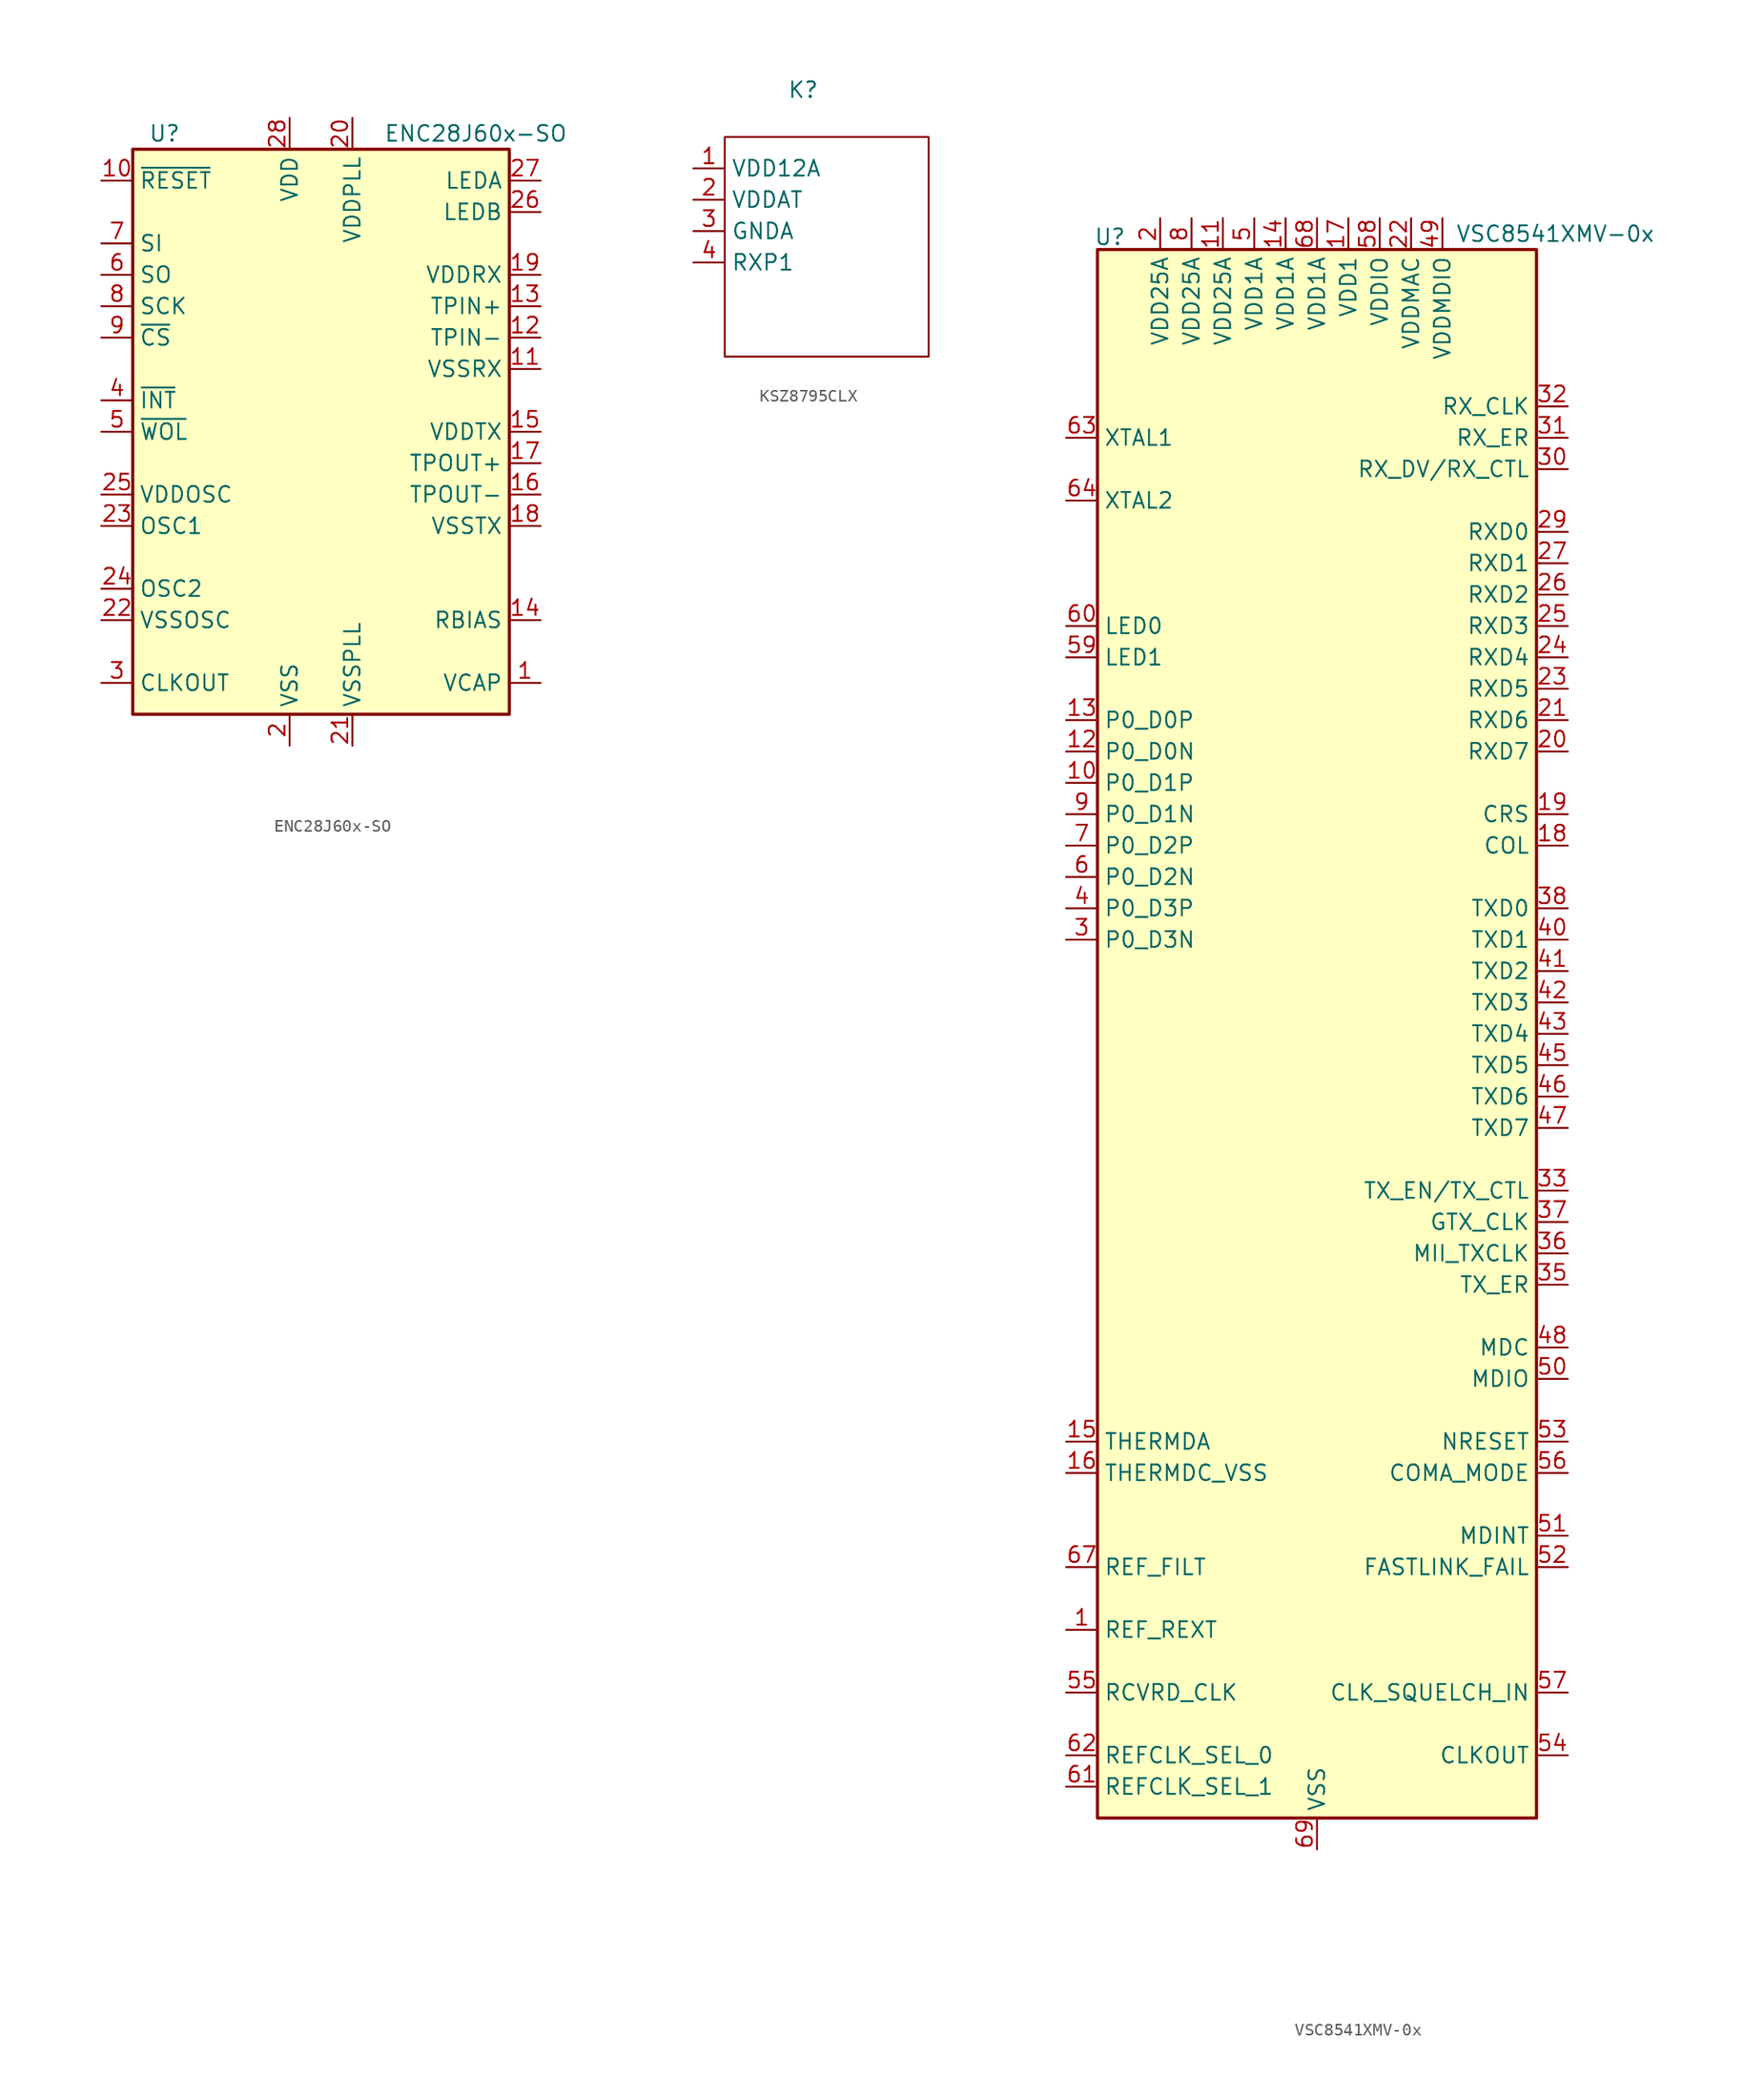
<source format=kicad_sym>
(kicad_symbol_lib
  (version 20220914)
  (generator kicad_symbol_editor)
  (symbol "ENC28J60x-SO"
    (property "Reference" "U"
      (at -13.97 24.13 0)
      (effects (font (size 1.27 1.27)) (justify left)))
    (property "Value" "ENC28J60x-SO"
      (at 5.08 24.13 0)
      (effects (font (size 1.27 1.27)) (justify left)))
    (symbol "ENC28J60x-SO_0_1"
      (rectangle (start -15.24 22.86) (end 15.24 -22.86) (stroke (width 0.254) (type default)) (fill (type background))))
    (symbol "ENC28J60x-SO_1_1"
      (pin input line (at 17.78 -20.32 180) (length 2.54) (name "VCAP" (effects (font (size 1.27 1.27)))) (number "1" (effects (font (size 1.27 1.27)))))
      (pin input line (at -17.78 20.32 0) (length 2.54) (name "~{RESET}" (effects (font (size 1.27 1.27)))) (number "10" (effects (font (size 1.27 1.27)))))
      (pin power_in line (at 17.78 5.08 180) (length 2.54) (name "VSSRX" (effects (font (size 1.27 1.27)))) (number "11" (effects (font (size 1.27 1.27)))))
      (pin input line (at 17.78 7.62 180) (length 2.54) (name "TPIN-" (effects (font (size 1.27 1.27)))) (number "12" (effects (font (size 1.27 1.27)))))
      (pin input line (at 17.78 10.16 180) (length 2.54) (name "TPIN+" (effects (font (size 1.27 1.27)))) (number "13" (effects (font (size 1.27 1.27)))))
      (pin input line (at 17.78 -15.24 180) (length 2.54) (name "RBIAS" (effects (font (size 1.27 1.27)))) (number "14" (effects (font (size 1.27 1.27)))))
      (pin power_in line (at 17.78 0 180) (length 2.54) (name "VDDTX" (effects (font (size 1.27 1.27)))) (number "15" (effects (font (size 1.27 1.27)))))
      (pin output line (at 17.78 -5.08 180) (length 2.54) (name "TPOUT-" (effects (font (size 1.27 1.27)))) (number "16" (effects (font (size 1.27 1.27)))))
      (pin output line (at 17.78 -2.54 180) (length 2.54) (name "TPOUT+" (effects (font (size 1.27 1.27)))) (number "17" (effects (font (size 1.27 1.27)))))
      (pin power_in line (at 17.78 -7.62 180) (length 2.54) (name "VSSTX" (effects (font (size 1.27 1.27)))) (number "18" (effects (font (size 1.27 1.27)))))
      (pin power_in line (at 17.78 12.7 180) (length 2.54) (name "VDDRX" (effects (font (size 1.27 1.27)))) (number "19" (effects (font (size 1.27 1.27)))))
      (pin power_in line (at -2.54 -25.4 90) (length 2.54) (name "VSS" (effects (font (size 1.27 1.27)))) (number "2" (effects (font (size 1.27 1.27)))))
      (pin power_in line (at 2.54 25.4 270) (length 2.54) (name "VDDPLL" (effects (font (size 1.27 1.27)))) (number "20" (effects (font (size 1.27 1.27)))))
      (pin power_in line (at 2.54 -25.4 90) (length 2.54) (name "VSSPLL" (effects (font (size 1.27 1.27)))) (number "21" (effects (font (size 1.27 1.27)))))
      (pin power_in line (at -17.78 -15.24 0) (length 2.54) (name "VSSOSC" (effects (font (size 1.27 1.27)))) (number "22" (effects (font (size 1.27 1.27)))))
      (pin input line (at -17.78 -7.62 0) (length 2.54) (name "OSC1" (effects (font (size 1.27 1.27)))) (number "23" (effects (font (size 1.27 1.27)))))
      (pin input line (at -17.78 -12.7 0) (length 2.54) (name "OSC2" (effects (font (size 1.27 1.27)))) (number "24" (effects (font (size 1.27 1.27)))))
      (pin power_in line (at -17.78 -5.08 0) (length 2.54) (name "VDDOSC" (effects (font (size 1.27 1.27)))) (number "25" (effects (font (size 1.27 1.27)))))
      (pin output line (at 17.78 17.78 180) (length 2.54) (name "LEDB" (effects (font (size 1.27 1.27)))) (number "26" (effects (font (size 1.27 1.27)))))
      (pin output line (at 17.78 20.32 180) (length 2.54) (name "LEDA" (effects (font (size 1.27 1.27)))) (number "27" (effects (font (size 1.27 1.27)))))
      (pin power_in line (at -2.54 25.4 270) (length 2.54) (name "VDD" (effects (font (size 1.27 1.27)))) (number "28" (effects (font (size 1.27 1.27)))))
      (pin output line (at -17.78 -20.32 0) (length 2.54) (name "CLKOUT" (effects (font (size 1.27 1.27)))) (number "3" (effects (font (size 1.27 1.27)))))
      (pin output line (at -17.78 2.54 0) (length 2.54) (name "~{INT}" (effects (font (size 1.27 1.27)))) (number "4" (effects (font (size 1.27 1.27)))))
      (pin output line (at -17.78 0 0) (length 2.54) (name "~{WOL}" (effects (font (size 1.27 1.27)))) (number "5" (effects (font (size 1.27 1.27)))))
      (pin output line (at -17.78 12.7 0) (length 2.54) (name "SO" (effects (font (size 1.27 1.27)))) (number "6" (effects (font (size 1.27 1.27)))))
      (pin input line (at -17.78 15.24 0) (length 2.54) (name "SI" (effects (font (size 1.27 1.27)))) (number "7" (effects (font (size 1.27 1.27)))))
      (pin input line (at -17.78 10.16 0) (length 2.54) (name "SCK" (effects (font (size 1.27 1.27)))) (number "8" (effects (font (size 1.27 1.27)))))
      (pin input line (at -17.78 7.62 0) (length 2.54) (name "~{CS}" (effects (font (size 1.27 1.27)))) (number "9" (effects (font (size 1.27 1.27)))))))
  (symbol "KSZ8795CLX"
    (property "Reference" "K"
      (at 0 0 0)
      (effects (font (size 1.27 1.27))))
    (property "Value" ""
      (at 0 0 0)
      (effects (font (size 1.27 1.27))))
    (symbol "KSZ8795CLX_0_1"
      (rectangle (start -6.35 -3.81) (end 10.16 -21.59) (stroke (width 0) (type default)) (fill (type none))))
    (symbol "KSZ8795CLX_1_1"
      (pin power_in line (at -8.89 -6.35 0) (length 2.54) (name "VDD12A" (effects (font (size 1.27 1.27)))) (number "1" (effects (font (size 1.27 1.27)))))
      (pin power_in line (at -8.89 -8.89 0) (length 2.54) (name "VDDAT" (effects (font (size 1.27 1.27)))) (number "2" (effects (font (size 1.27 1.27)))))
      (pin passive line (at -8.89 -11.43 0) (length 2.54) (name "GNDA" (effects (font (size 1.27 1.27)))) (number "3" (effects (font (size 1.27 1.27)))))
      (pin input line (at -8.89 -13.97 0) (length 2.54) (name "RXP1" (effects (font (size 1.27 1.27)))) (number "4" (effects (font (size 1.27 1.27)))))))
  (symbol "VSC8541XMV-0x"
    (property "Reference" "U"
      (at -16.764 64.516 0)
      (effects (font (size 1.27 1.27))))
    (property "Value" "VSC8541XMV-0x"
      (at 19.304 64.77 0)
      (effects (font (size 1.27 1.27))))
    (symbol "VSC8541XMV-0x_0_1"
      (rectangle (start 17.78 -63.5) (end -17.78 63.5) (stroke (width 0.254) (type default)) (fill (type background)))
      (pin passive line (at -20.32 -48.26 0) (length 2.54) (name "REF_REXT" (effects (font (size 1.27 1.27)))) (number "1" (effects (font (size 1.27 1.27)))))
      (pin passive line (at -20.32 20.32 0) (length 2.54) (name "P0_D1P" (effects (font (size 1.27 1.27)))) (number "10" (effects (font (size 1.27 1.27)))))
      (pin power_in line (at -7.62 66.04 270) (length 2.54) (name "VDD25A" (effects (font (size 1.27 1.27)))) (number "11" (effects (font (size 1.27 1.27)))))
      (pin passive line (at -20.32 22.86 0) (length 2.54) (name "P0_D0N" (effects (font (size 1.27 1.27)))) (number "12" (effects (font (size 1.27 1.27)))))
      (pin passive line (at -20.32 25.4 0) (length 2.54) (name "P0_D0P" (effects (font (size 1.27 1.27)))) (number "13" (effects (font (size 1.27 1.27)))))
      (pin power_in line (at -2.54 66.04 270) (length 2.54) (name "VDD1A" (effects (font (size 1.27 1.27)))) (number "14" (effects (font (size 1.27 1.27)))))
      (pin passive line (at -20.32 -33.02 0) (length 2.54) (name "THERMDA" (effects (font (size 1.27 1.27)))) (number "15" (effects (font (size 1.27 1.27)))))
      (pin passive line (at -20.32 -35.56 0) (length 2.54) (name "THERMDC_VSS" (effects (font (size 1.27 1.27)))) (number "16" (effects (font (size 1.27 1.27)))))
      (pin power_in line (at 2.54 66.04 270) (length 2.54) (name "VDD1" (effects (font (size 1.27 1.27)))) (number "17" (effects (font (size 1.27 1.27)))))
      (pin bidirectional line (at 20.32 15.24 180) (length 2.54) (name "COL" (effects (font (size 1.27 1.27)))) (number "18" (effects (font (size 1.27 1.27)))))
      (pin bidirectional line (at 20.32 17.78 180) (length 2.54) (name "CRS" (effects (font (size 1.27 1.27)))) (number "19" (effects (font (size 1.27 1.27)))))
      (pin power_in line (at -12.7 66.04 270) (length 2.54) (name "VDD25A" (effects (font (size 1.27 1.27)))) (number "2" (effects (font (size 1.27 1.27)))))
      (pin bidirectional line (at 20.32 22.86 180) (length 2.54) (name "RXD7" (effects (font (size 1.27 1.27)))) (number "20" (effects (font (size 1.27 1.27)))))
      (pin bidirectional line (at 20.32 25.4 180) (length 2.54) (name "RXD6" (effects (font (size 1.27 1.27)))) (number "21" (effects (font (size 1.27 1.27)))))
      (pin power_in line (at 7.62 66.04 270) (length 2.54) (name "VDDMAC" (effects (font (size 1.27 1.27)))) (number "22" (effects (font (size 1.27 1.27)))))
      (pin bidirectional line (at 20.32 27.94 180) (length 2.54) (name "RXD5" (effects (font (size 1.27 1.27)))) (number "23" (effects (font (size 1.27 1.27)))))
      (pin bidirectional line (at 20.32 30.48 180) (length 2.54) (name "RXD4" (effects (font (size 1.27 1.27)))) (number "24" (effects (font (size 1.27 1.27)))))
      (pin bidirectional line (at 20.32 33.02 180) (length 2.54) (name "RXD3" (effects (font (size 1.27 1.27)))) (number "25" (effects (font (size 1.27 1.27)))))
      (pin bidirectional line (at 20.32 35.56 180) (length 2.54) (name "RXD2" (effects (font (size 1.27 1.27)))) (number "26" (effects (font (size 1.27 1.27)))))
      (pin bidirectional line (at 20.32 38.1 180) (length 2.54) (name "RXD1" (effects (font (size 1.27 1.27)))) (number "27" (effects (font (size 1.27 1.27)))))
      (pin passive line (at 7.62 66.04 270) (length 2.54) hide (name "VDDMAC" (effects (font (size 1.27 1.27)))) (number "28" (effects (font (size 1.27 1.27)))))
      (pin bidirectional line (at 20.32 40.64 180) (length 2.54) (name "RXD0" (effects (font (size 1.27 1.27)))) (number "29" (effects (font (size 1.27 1.27)))))
      (pin passive line (at -20.32 7.62 0) (length 2.54) (name "P0_D3N" (effects (font (size 1.27 1.27)))) (number "3" (effects (font (size 1.27 1.27)))))
      (pin bidirectional line (at 20.32 45.72 180) (length 2.54) (name "RX_DV/RX_CTL" (effects (font (size 1.27 1.27)))) (number "30" (effects (font (size 1.27 1.27)))))
      (pin bidirectional line (at 20.32 48.26 180) (length 2.54) (name "RX_ER" (effects (font (size 1.27 1.27)))) (number "31" (effects (font (size 1.27 1.27)))))
      (pin bidirectional line (at 20.32 50.8 180) (length 2.54) (name "RX_CLK" (effects (font (size 1.27 1.27)))) (number "32" (effects (font (size 1.27 1.27)))))
      (pin input line (at 20.32 -12.7 180) (length 2.54) (name "TX_EN/TX_CTL" (effects (font (size 1.27 1.27)))) (number "33" (effects (font (size 1.27 1.27)))))
      (pin passive line (at 2.54 66.04 270) (length 2.54) hide (name "VDD1" (effects (font (size 1.27 1.27)))) (number "34" (effects (font (size 1.27 1.27)))))
      (pin input line (at 20.32 -20.32 180) (length 2.54) (name "TX_ER" (effects (font (size 1.27 1.27)))) (number "35" (effects (font (size 1.27 1.27)))))
      (pin bidirectional line (at 20.32 -17.78 180) (length 2.54) (name "MII_TXCLK" (effects (font (size 1.27 1.27)))) (number "36" (effects (font (size 1.27 1.27)))))
      (pin input line (at 20.32 -15.24 180) (length 2.54) (name "GTX_CLK" (effects (font (size 1.27 1.27)))) (number "37" (effects (font (size 1.27 1.27)))))
      (pin input line (at 20.32 10.16 180) (length 2.54) (name "TXD0" (effects (font (size 1.27 1.27)))) (number "38" (effects (font (size 1.27 1.27)))))
      (pin passive line (at 7.62 66.04 270) (length 2.54) hide (name "VDDMAC" (effects (font (size 1.27 1.27)))) (number "39" (effects (font (size 1.27 1.27)))))
      (pin passive line (at -20.32 10.16 0) (length 2.54) (name "P0_D3P" (effects (font (size 1.27 1.27)))) (number "4" (effects (font (size 1.27 1.27)))))
      (pin input line (at 20.32 7.62 180) (length 2.54) (name "TXD1" (effects (font (size 1.27 1.27)))) (number "40" (effects (font (size 1.27 1.27)))))
      (pin input line (at 20.32 5.08 180) (length 2.54) (name "TXD2" (effects (font (size 1.27 1.27)))) (number "41" (effects (font (size 1.27 1.27)))))
      (pin input line (at 20.32 2.54 180) (length 2.54) (name "TXD3" (effects (font (size 1.27 1.27)))) (number "42" (effects (font (size 1.27 1.27)))))
      (pin input line (at 20.32 0 180) (length 2.54) (name "TXD4" (effects (font (size 1.27 1.27)))) (number "43" (effects (font (size 1.27 1.27)))))
      (pin passive line (at 7.62 66.04 270) (length 2.54) hide (name "VDDMAC" (effects (font (size 1.27 1.27)))) (number "44" (effects (font (size 1.27 1.27)))))
      (pin input line (at 20.32 -2.54 180) (length 2.54) (name "TXD5" (effects (font (size 1.27 1.27)))) (number "45" (effects (font (size 1.27 1.27)))))
      (pin input line (at 20.32 -5.08 180) (length 2.54) (name "TXD6" (effects (font (size 1.27 1.27)))) (number "46" (effects (font (size 1.27 1.27)))))
      (pin input line (at 20.32 -7.62 180) (length 2.54) (name "TXD7" (effects (font (size 1.27 1.27)))) (number "47" (effects (font (size 1.27 1.27)))))
      (pin input line (at 20.32 -25.4 180) (length 2.54) (name "MDC" (effects (font (size 1.27 1.27)))) (number "48" (effects (font (size 1.27 1.27)))))
      (pin power_in line (at 10.16 66.04 270) (length 2.54) (name "VDDMDIO" (effects (font (size 1.27 1.27)))) (number "49" (effects (font (size 1.27 1.27)))))
      (pin power_in line (at -5.08 66.04 270) (length 2.54) (name "VDD1A" (effects (font (size 1.27 1.27)))) (number "5" (effects (font (size 1.27 1.27)))))
      (pin bidirectional line (at 20.32 -27.94 180) (length 2.54) (name "MDIO" (effects (font (size 1.27 1.27)))) (number "50" (effects (font (size 1.27 1.27)))))
      (pin output line (at 20.32 -40.64 180) (length 2.54) (name "MDINT" (effects (font (size 1.27 1.27)))) (number "51" (effects (font (size 1.27 1.27)))))
      (pin output line (at 20.32 -43.18 180) (length 2.54) (name "FASTLINK_FAIL" (effects (font (size 1.27 1.27)))) (number "52" (effects (font (size 1.27 1.27)))))
      (pin input line (at 20.32 -33.02 180) (length 2.54) (name "NRESET" (effects (font (size 1.27 1.27)))) (number "53" (effects (font (size 1.27 1.27)))))
      (pin bidirectional line (at 20.32 -58.42 180) (length 2.54) (name "CLKOUT" (effects (font (size 1.27 1.27)))) (number "54" (effects (font (size 1.27 1.27)))))
      (pin output line (at -20.32 -53.34 0) (length 2.54) (name "RCVRD_CLK" (effects (font (size 1.27 1.27)))) (number "55" (effects (font (size 1.27 1.27)))))
      (pin bidirectional line (at 20.32 -35.56 180) (length 2.54) (name "COMA_MODE" (effects (font (size 1.27 1.27)))) (number "56" (effects (font (size 1.27 1.27)))))
      (pin input line (at 20.32 -53.34 180) (length 2.54) (name "CLK_SQUELCH_IN" (effects (font (size 1.27 1.27)))) (number "57" (effects (font (size 1.27 1.27)))))
      (pin power_in line (at 5.08 66.04 270) (length 2.54) (name "VDDIO" (effects (font (size 1.27 1.27)))) (number "58" (effects (font (size 1.27 1.27)))))
      (pin output line (at -20.32 30.48 0) (length 2.54) (name "LED1" (effects (font (size 1.27 1.27)))) (number "59" (effects (font (size 1.27 1.27)))))
      (pin passive line (at -20.32 12.7 0) (length 2.54) (name "P0_D2N" (effects (font (size 1.27 1.27)))) (number "6" (effects (font (size 1.27 1.27)))))
      (pin output line (at -20.32 33.02 0) (length 2.54) (name "LED0" (effects (font (size 1.27 1.27)))) (number "60" (effects (font (size 1.27 1.27)))))
      (pin input line (at -20.32 -60.96 0) (length 2.54) (name "REFCLK_SEL_1" (effects (font (size 1.27 1.27)))) (number "61" (effects (font (size 1.27 1.27)))))
      (pin input line (at -20.32 -58.42 0) (length 2.54) (name "REFCLK_SEL_0" (effects (font (size 1.27 1.27)))) (number "62" (effects (font (size 1.27 1.27)))))
      (pin input line (at -20.32 48.26 0) (length 2.54) (name "XTAL1" (effects (font (size 1.27 1.27)))) (number "63" (effects (font (size 1.27 1.27)))))
      (pin output line (at -20.32 43.18 0) (length 2.54) (name "XTAL2" (effects (font (size 1.27 1.27)))) (number "64" (effects (font (size 1.27 1.27)))))
      (pin no_connect line (at -17.78 -20.32 0) (length 2.54) hide (name "RESERVED_1" (effects (font (size 1.27 1.27)))) (number "65" (effects (font (size 1.27 1.27)))))
      (pin no_connect line (at -17.78 -17.78 0) (length 2.54) hide (name "RESERVED_0" (effects (font (size 1.27 1.27)))) (number "66" (effects (font (size 1.27 1.27)))))
      (pin passive line (at -20.32 -43.18 0) (length 2.54) (name "REF_FILT" (effects (font (size 1.27 1.27)))) (number "67" (effects (font (size 1.27 1.27)))))
      (pin power_in line (at 0 66.04 270) (length 2.54) (name "VDD1A" (effects (font (size 1.27 1.27)))) (number "68" (effects (font (size 1.27 1.27)))))
      (pin power_in line (at 0 -66.04 90) (length 2.54) (name "VSS" (effects (font (size 1.27 1.27)))) (number "69" (effects (font (size 1.27 1.27)))))
      (pin passive line (at -20.32 15.24 0) (length 2.54) (name "P0_D2P" (effects (font (size 1.27 1.27)))) (number "7" (effects (font (size 1.27 1.27)))))
      (pin power_in line (at -10.16 66.04 270) (length 2.54) (name "VDD25A" (effects (font (size 1.27 1.27)))) (number "8" (effects (font (size 1.27 1.27)))))
      (pin passive line (at -20.32 17.78 0) (length 2.54) (name "P0_D1N" (effects (font (size 1.27 1.27)))) (number "9" (effects (font (size 1.27 1.27))))))))
</source>
